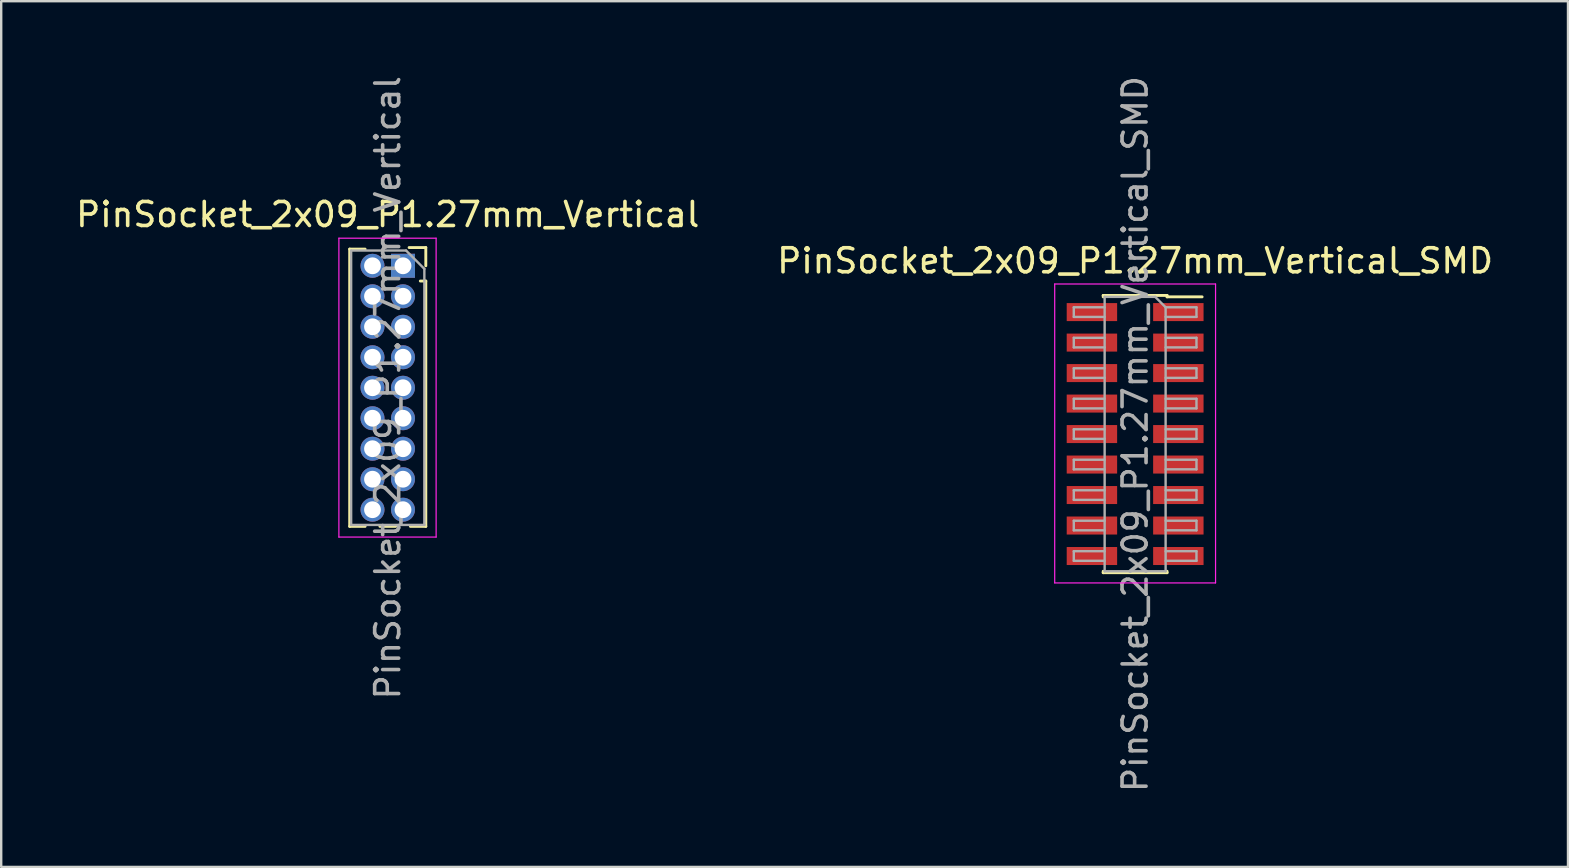
<source format=kicad_pcb>
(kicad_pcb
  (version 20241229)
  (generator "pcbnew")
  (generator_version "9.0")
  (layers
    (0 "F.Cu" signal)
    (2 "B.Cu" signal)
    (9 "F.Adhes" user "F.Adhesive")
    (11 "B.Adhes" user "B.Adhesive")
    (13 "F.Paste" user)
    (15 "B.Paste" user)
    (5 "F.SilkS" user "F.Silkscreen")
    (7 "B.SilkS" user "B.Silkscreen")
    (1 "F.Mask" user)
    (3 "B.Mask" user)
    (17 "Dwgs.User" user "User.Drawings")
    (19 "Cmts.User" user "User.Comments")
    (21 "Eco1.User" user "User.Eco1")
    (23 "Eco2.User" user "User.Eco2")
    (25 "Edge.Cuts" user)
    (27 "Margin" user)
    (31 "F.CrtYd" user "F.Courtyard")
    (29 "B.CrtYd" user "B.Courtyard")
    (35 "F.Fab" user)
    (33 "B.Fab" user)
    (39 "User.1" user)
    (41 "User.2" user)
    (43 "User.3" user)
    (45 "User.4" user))
  (footprint "PinSocket_2x09_P1.27mm_Vertical"
    (layer "F.Cu")
    (at 13.736 8.021)
    (property "Reference" "PinSocket_2x09_P1.27mm_Vertical" (at -0.635 -2.135 0) (layer "F.SilkS") (effects (font (size 1 1) (thickness 0.15))))
    (attr through_hole)
    (fp_line (start -2.22 -0.695) (end -2.22 10.855) (stroke (width 0.12) (type solid)) (layer "F.SilkS"))
    (fp_line (start -2.22 -0.695) (end -1.578 -0.695) (stroke (width 0.12) (type solid)) (layer "F.SilkS"))
    (fp_line (start -2.22 10.855) (end -1.578 10.855) (stroke (width 0.12) (type solid)) (layer "F.SilkS"))
    (fp_line (start -0.962 10.855) (end -0.308 10.855) (stroke (width 0.12) (type solid)) (layer "F.SilkS"))
    (fp_line (start 0.255 -0.76) (end 0.95 -0.76) (stroke (width 0.12) (type solid)) (layer "F.SilkS"))
    (fp_line (start 0.308 10.855) (end 0.95 10.855) (stroke (width 0.12) (type solid)) (layer "F.SilkS"))
    (fp_line (start 0.722 0.635) (end 0.95 0.635) (stroke (width 0.12) (type solid)) (layer "F.SilkS"))
    (fp_line (start 0.95 -0.76) (end 0.95 0) (stroke (width 0.12) (type solid)) (layer "F.SilkS"))
    (fp_line (start 0.95 0.635) (end 0.95 10.855) (stroke (width 0.12) (type solid)) (layer "F.SilkS"))
    (fp_line (start -2.67 -1.15) (end 1.38 -1.15) (stroke (width 0.05) (type solid)) (layer "F.CrtYd"))
    (fp_line (start -2.67 11.3) (end -2.67 -1.15) (stroke (width 0.05) (type solid)) (layer "F.CrtYd"))
    (fp_line (start 1.38 -1.15) (end 1.38 11.3) (stroke (width 0.05) (type solid)) (layer "F.CrtYd"))
    (fp_line (start 1.38 11.3) (end -2.67 11.3) (stroke (width 0.05) (type solid)) (layer "F.CrtYd"))
    (fp_line (start -2.16 -0.635) (end 0.128 -0.635) (stroke (width 0.1) (type solid)) (layer "F.Fab"))
    (fp_line (start -2.16 10.795) (end -2.16 -0.635) (stroke (width 0.1) (type solid)) (layer "F.Fab"))
    (fp_line (start 0.128 -0.635) (end 0.89 0.128) (stroke (width 0.1) (type solid)) (layer "F.Fab"))
    (fp_line (start 0.89 0.128) (end 0.89 10.795) (stroke (width 0.1) (type solid)) (layer "F.Fab"))
    (fp_line (start 0.89 10.795) (end -2.16 10.795) (stroke (width 0.1) (type solid)) (layer "F.Fab"))
    (fp_text user "${REFERENCE}" (at -0.635 5.08 90) (layer "F.Fab") (effects (font (size 1 1) (thickness 0.15))))
    (pad "1" thru_hole rect (at 0 0) (size 1 1) (drill 0.7) (layers "*.Cu" "*.Mask"))
    (pad "2" thru_hole oval (at -1.27 0) (size 1 1) (drill 0.7) (layers "*.Cu" "*.Mask"))
    (pad "3" thru_hole oval (at 0 1.27) (size 1 1) (drill 0.7) (layers "*.Cu" "*.Mask"))
    (pad "4" thru_hole oval (at -1.27 1.27) (size 1 1) (drill 0.7) (layers "*.Cu" "*.Mask"))
    (pad "5" thru_hole oval (at 0 2.54) (size 1 1) (drill 0.7) (layers "*.Cu" "*.Mask"))
    (pad "6" thru_hole oval (at -1.27 2.54) (size 1 1) (drill 0.7) (layers "*.Cu" "*.Mask"))
    (pad "7" thru_hole oval (at 0 3.81) (size 1 1) (drill 0.7) (layers "*.Cu" "*.Mask"))
    (pad "8" thru_hole oval (at -1.27 3.81) (size 1 1) (drill 0.7) (layers "*.Cu" "*.Mask"))
    (pad "9" thru_hole oval (at 0 5.08) (size 1 1) (drill 0.7) (layers "*.Cu" "*.Mask"))
    (pad "10" thru_hole oval (at -1.27 5.08) (size 1 1) (drill 0.7) (layers "*.Cu" "*.Mask"))
    (pad "11" thru_hole oval (at 0 6.35) (size 1 1) (drill 0.7) (layers "*.Cu" "*.Mask"))
    (pad "12" thru_hole oval (at -1.27 6.35) (size 1 1) (drill 0.7) (layers "*.Cu" "*.Mask"))
    (pad "13" thru_hole oval (at 0 7.62) (size 1 1) (drill 0.7) (layers "*.Cu" "*.Mask"))
    (pad "14" thru_hole oval (at -1.27 7.62) (size 1 1) (drill 0.7) (layers "*.Cu" "*.Mask"))
    (pad "15" thru_hole oval (at 0 8.89) (size 1 1) (drill 0.7) (layers "*.Cu" "*.Mask"))
    (pad "16" thru_hole oval (at -1.27 8.89) (size 1 1) (drill 0.7) (layers "*.Cu" "*.Mask"))
    (pad "17" thru_hole oval (at 0 10.16) (size 1 1) (drill 0.7) (layers "*.Cu" "*.Mask"))
    (pad "18" thru_hole oval (at -1.27 10.16) (size 1 1) (drill 0.7) (layers "*.Cu" "*.Mask")))
  (footprint "PinSocket_2x09_P1.27mm_Vertical_SMD"
    (layer "F.Cu")
    (at 44.232 15.03)
    (property "Reference" "PinSocket_2x09_P1.27mm_Vertical_SMD" (at 0 -7.215 0) (layer "F.SilkS") (effects (font (size 1 1) (thickness 0.15))))
    (attr smd)
    (fp_line (start -1.33 -5.775) (end -1.33 -5.715) (stroke (width 0.12) (type solid)) (layer "F.SilkS"))
    (fp_line (start -1.33 -5.775) (end 1.33 -5.775) (stroke (width 0.12) (type solid)) (layer "F.SilkS"))
    (fp_line (start -1.33 5.715) (end -1.33 5.775) (stroke (width 0.12) (type solid)) (layer "F.SilkS"))
    (fp_line (start -1.33 5.775) (end 1.33 5.775) (stroke (width 0.12) (type solid)) (layer "F.SilkS"))
    (fp_line (start 1.33 -5.775) (end 1.33 -5.715) (stroke (width 0.12) (type solid)) (layer "F.SilkS"))
    (fp_line (start 1.33 -5.715) (end 2.79 -5.715) (stroke (width 0.12) (type solid)) (layer "F.SilkS"))
    (fp_line (start 1.33 5.715) (end 1.33 5.775) (stroke (width 0.12) (type solid)) (layer "F.SilkS"))
    (fp_line (start -3.35 -6.25) (end 3.35 -6.25) (stroke (width 0.05) (type solid)) (layer "F.CrtYd"))
    (fp_line (start -3.35 6.2) (end -3.35 -6.25) (stroke (width 0.05) (type solid)) (layer "F.CrtYd"))
    (fp_line (start 3.35 -6.25) (end 3.35 6.2) (stroke (width 0.05) (type solid)) (layer "F.CrtYd"))
    (fp_line (start 3.35 6.2) (end -3.35 6.2) (stroke (width 0.05) (type solid)) (layer "F.CrtYd"))
    (fp_line (start -2.555 -5.28) (end -1.27 -5.28) (stroke (width 0.1) (type solid)) (layer "F.Fab"))
    (fp_line (start -2.555 -4.88) (end -2.555 -5.28) (stroke (width 0.1) (type solid)) (layer "F.Fab"))
    (fp_line (start -2.555 -4.01) (end -1.27 -4.01) (stroke (width 0.1) (type solid)) (layer "F.Fab"))
    (fp_line (start -2.555 -3.61) (end -2.555 -4.01) (stroke (width 0.1) (type solid)) (layer "F.Fab"))
    (fp_line (start -2.555 -2.74) (end -1.27 -2.74) (stroke (width 0.1) (type solid)) (layer "F.Fab"))
    (fp_line (start -2.555 -2.34) (end -2.555 -2.74) (stroke (width 0.1) (type solid)) (layer "F.Fab"))
    (fp_line (start -2.555 -1.47) (end -1.27 -1.47) (stroke (width 0.1) (type solid)) (layer "F.Fab"))
    (fp_line (start -2.555 -1.07) (end -2.555 -1.47) (stroke (width 0.1) (type solid)) (layer "F.Fab"))
    (fp_line (start -2.555 -0.2) (end -1.27 -0.2) (stroke (width 0.1) (type solid)) (layer "F.Fab"))
    (fp_line (start -2.555 0.2) (end -2.555 -0.2) (stroke (width 0.1) (type solid)) (layer "F.Fab"))
    (fp_line (start -2.555 1.07) (end -1.27 1.07) (stroke (width 0.1) (type solid)) (layer "F.Fab"))
    (fp_line (start -2.555 1.47) (end -2.555 1.07) (stroke (width 0.1) (type solid)) (layer "F.Fab"))
    (fp_line (start -2.555 2.34) (end -1.27 2.34) (stroke (width 0.1) (type solid)) (layer "F.Fab"))
    (fp_line (start -2.555 2.74) (end -2.555 2.34) (stroke (width 0.1) (type solid)) (layer "F.Fab"))
    (fp_line (start -2.555 3.61) (end -1.27 3.61) (stroke (width 0.1) (type solid)) (layer "F.Fab"))
    (fp_line (start -2.555 4.01) (end -2.555 3.61) (stroke (width 0.1) (type solid)) (layer "F.Fab"))
    (fp_line (start -2.555 4.88) (end -1.27 4.88) (stroke (width 0.1) (type solid)) (layer "F.Fab"))
    (fp_line (start -2.555 5.28) (end -2.555 4.88) (stroke (width 0.1) (type solid)) (layer "F.Fab"))
    (fp_line (start -1.27 -5.715) (end 0.835 -5.715) (stroke (width 0.1) (type solid)) (layer "F.Fab"))
    (fp_line (start -1.27 -4.88) (end -2.555 -4.88) (stroke (width 0.1) (type solid)) (layer "F.Fab"))
    (fp_line (start -1.27 -3.61) (end -2.555 -3.61) (stroke (width 0.1) (type solid)) (layer "F.Fab"))
    (fp_line (start -1.27 -2.34) (end -2.555 -2.34) (stroke (width 0.1) (type solid)) (layer "F.Fab"))
    (fp_line (start -1.27 -1.07) (end -2.555 -1.07) (stroke (width 0.1) (type solid)) (layer "F.Fab"))
    (fp_line (start -1.27 0.2) (end -2.555 0.2) (stroke (width 0.1) (type solid)) (layer "F.Fab"))
    (fp_line (start -1.27 1.47) (end -2.555 1.47) (stroke (width 0.1) (type solid)) (layer "F.Fab"))
    (fp_line (start -1.27 2.74) (end -2.555 2.74) (stroke (width 0.1) (type solid)) (layer "F.Fab"))
    (fp_line (start -1.27 4.01) (end -2.555 4.01) (stroke (width 0.1) (type solid)) (layer "F.Fab"))
    (fp_line (start -1.27 5.28) (end -2.555 5.28) (stroke (width 0.1) (type solid)) (layer "F.Fab"))
    (fp_line (start -1.27 5.715) (end -1.27 -5.715) (stroke (width 0.1) (type solid)) (layer "F.Fab"))
    (fp_line (start 0.835 -5.715) (end 1.27 -5.28) (stroke (width 0.1) (type solid)) (layer "F.Fab"))
    (fp_line (start 1.27 -5.28) (end 1.27 5.715) (stroke (width 0.1) (type solid)) (layer "F.Fab"))
    (fp_line (start 1.27 -5.28) (end 2.555 -5.28) (stroke (width 0.1) (type solid)) (layer "F.Fab"))
    (fp_line (start 1.27 -4.01) (end 2.555 -4.01) (stroke (width 0.1) (type solid)) (layer "F.Fab"))
    (fp_line (start 1.27 -2.74) (end 2.555 -2.74) (stroke (width 0.1) (type solid)) (layer "F.Fab"))
    (fp_line (start 1.27 -1.47) (end 2.555 -1.47) (stroke (width 0.1) (type solid)) (layer "F.Fab"))
    (fp_line (start 1.27 -0.2) (end 2.555 -0.2) (stroke (width 0.1) (type solid)) (layer "F.Fab"))
    (fp_line (start 1.27 1.07) (end 2.555 1.07) (stroke (width 0.1) (type solid)) (layer "F.Fab"))
    (fp_line (start 1.27 2.34) (end 2.555 2.34) (stroke (width 0.1) (type solid)) (layer "F.Fab"))
    (fp_line (start 1.27 3.61) (end 2.555 3.61) (stroke (width 0.1) (type solid)) (layer "F.Fab"))
    (fp_line (start 1.27 4.88) (end 2.555 4.88) (stroke (width 0.1) (type solid)) (layer "F.Fab"))
    (fp_line (start 1.27 5.715) (end -1.27 5.715) (stroke (width 0.1) (type solid)) (layer "F.Fab"))
    (fp_line (start 2.555 -5.28) (end 2.555 -4.88) (stroke (width 0.1) (type solid)) (layer "F.Fab"))
    (fp_line (start 2.555 -4.88) (end 1.27 -4.88) (stroke (width 0.1) (type solid)) (layer "F.Fab"))
    (fp_line (start 2.555 -4.01) (end 2.555 -3.61) (stroke (width 0.1) (type solid)) (layer "F.Fab"))
    (fp_line (start 2.555 -3.61) (end 1.27 -3.61) (stroke (width 0.1) (type solid)) (layer "F.Fab"))
    (fp_line (start 2.555 -2.74) (end 2.555 -2.34) (stroke (width 0.1) (type solid)) (layer "F.Fab"))
    (fp_line (start 2.555 -2.34) (end 1.27 -2.34) (stroke (width 0.1) (type solid)) (layer "F.Fab"))
    (fp_line (start 2.555 -1.47) (end 2.555 -1.07) (stroke (width 0.1) (type solid)) (layer "F.Fab"))
    (fp_line (start 2.555 -1.07) (end 1.27 -1.07) (stroke (width 0.1) (type solid)) (layer "F.Fab"))
    (fp_line (start 2.555 -0.2) (end 2.555 0.2) (stroke (width 0.1) (type solid)) (layer "F.Fab"))
    (fp_line (start 2.555 0.2) (end 1.27 0.2) (stroke (width 0.1) (type solid)) (layer "F.Fab"))
    (fp_line (start 2.555 1.07) (end 2.555 1.47) (stroke (width 0.1) (type solid)) (layer "F.Fab"))
    (fp_line (start 2.555 1.47) (end 1.27 1.47) (stroke (width 0.1) (type solid)) (layer "F.Fab"))
    (fp_line (start 2.555 2.34) (end 2.555 2.74) (stroke (width 0.1) (type solid)) (layer "F.Fab"))
    (fp_line (start 2.555 2.74) (end 1.27 2.74) (stroke (width 0.1) (type solid)) (layer "F.Fab"))
    (fp_line (start 2.555 3.61) (end 2.555 4.01) (stroke (width 0.1) (type solid)) (layer "F.Fab"))
    (fp_line (start 2.555 4.01) (end 1.27 4.01) (stroke (width 0.1) (type solid)) (layer "F.Fab"))
    (fp_line (start 2.555 4.88) (end 2.555 5.28) (stroke (width 0.1) (type solid)) (layer "F.Fab"))
    (fp_line (start 2.555 5.28) (end 1.27 5.28) (stroke (width 0.1) (type solid)) (layer "F.Fab"))
    (fp_text user "${REFERENCE}" (at 0 0 90) (layer "F.Fab") (effects (font (size 1 1) (thickness 0.15))))
    (pad "1" smd rect (at 1.8 -5.08) (size 2.1 0.75) (layers "F.Cu" "F.Mask" "F.Paste"))
    (pad "2" smd rect (at -1.8 -5.08) (size 2.1 0.75) (layers "F.Cu" "F.Mask" "F.Paste"))
    (pad "3" smd rect (at 1.8 -3.81) (size 2.1 0.75) (layers "F.Cu" "F.Mask" "F.Paste"))
    (pad "4" smd rect (at -1.8 -3.81) (size 2.1 0.75) (layers "F.Cu" "F.Mask" "F.Paste"))
    (pad "5" smd rect (at 1.8 -2.54) (size 2.1 0.75) (layers "F.Cu" "F.Mask" "F.Paste"))
    (pad "6" smd rect (at -1.8 -2.54) (size 2.1 0.75) (layers "F.Cu" "F.Mask" "F.Paste"))
    (pad "7" smd rect (at 1.8 -1.27) (size 2.1 0.75) (layers "F.Cu" "F.Mask" "F.Paste"))
    (pad "8" smd rect (at -1.8 -1.27) (size 2.1 0.75) (layers "F.Cu" "F.Mask" "F.Paste"))
    (pad "9" smd rect (at 1.8 0) (size 2.1 0.75) (layers "F.Cu" "F.Mask" "F.Paste"))
    (pad "10" smd rect (at -1.8 0) (size 2.1 0.75) (layers "F.Cu" "F.Mask" "F.Paste"))
    (pad "11" smd rect (at 1.8 1.27) (size 2.1 0.75) (layers "F.Cu" "F.Mask" "F.Paste"))
    (pad "12" smd rect (at -1.8 1.27) (size 2.1 0.75) (layers "F.Cu" "F.Mask" "F.Paste"))
    (pad "13" smd rect (at 1.8 2.54) (size 2.1 0.75) (layers "F.Cu" "F.Mask" "F.Paste"))
    (pad "14" smd rect (at -1.8 2.54) (size 2.1 0.75) (layers "F.Cu" "F.Mask" "F.Paste"))
    (pad "15" smd rect (at 1.8 3.81) (size 2.1 0.75) (layers "F.Cu" "F.Mask" "F.Paste"))
    (pad "16" smd rect (at -1.8 3.81) (size 2.1 0.75) (layers "F.Cu" "F.Mask" "F.Paste"))
    (pad "17" smd rect (at 1.8 5.08) (size 2.1 0.75) (layers "F.Cu" "F.Mask" "F.Paste"))
    (pad "18" smd rect (at -1.8 5.08) (size 2.1 0.75) (layers "F.Cu" "F.Mask" "F.Paste")))
  (gr_rect
    (start -3 -3)
    (end 62.262 33.06)
    (stroke (width 0.1) (type default))
    (fill no)
    (layer "Edge.Cuts")))
</source>
